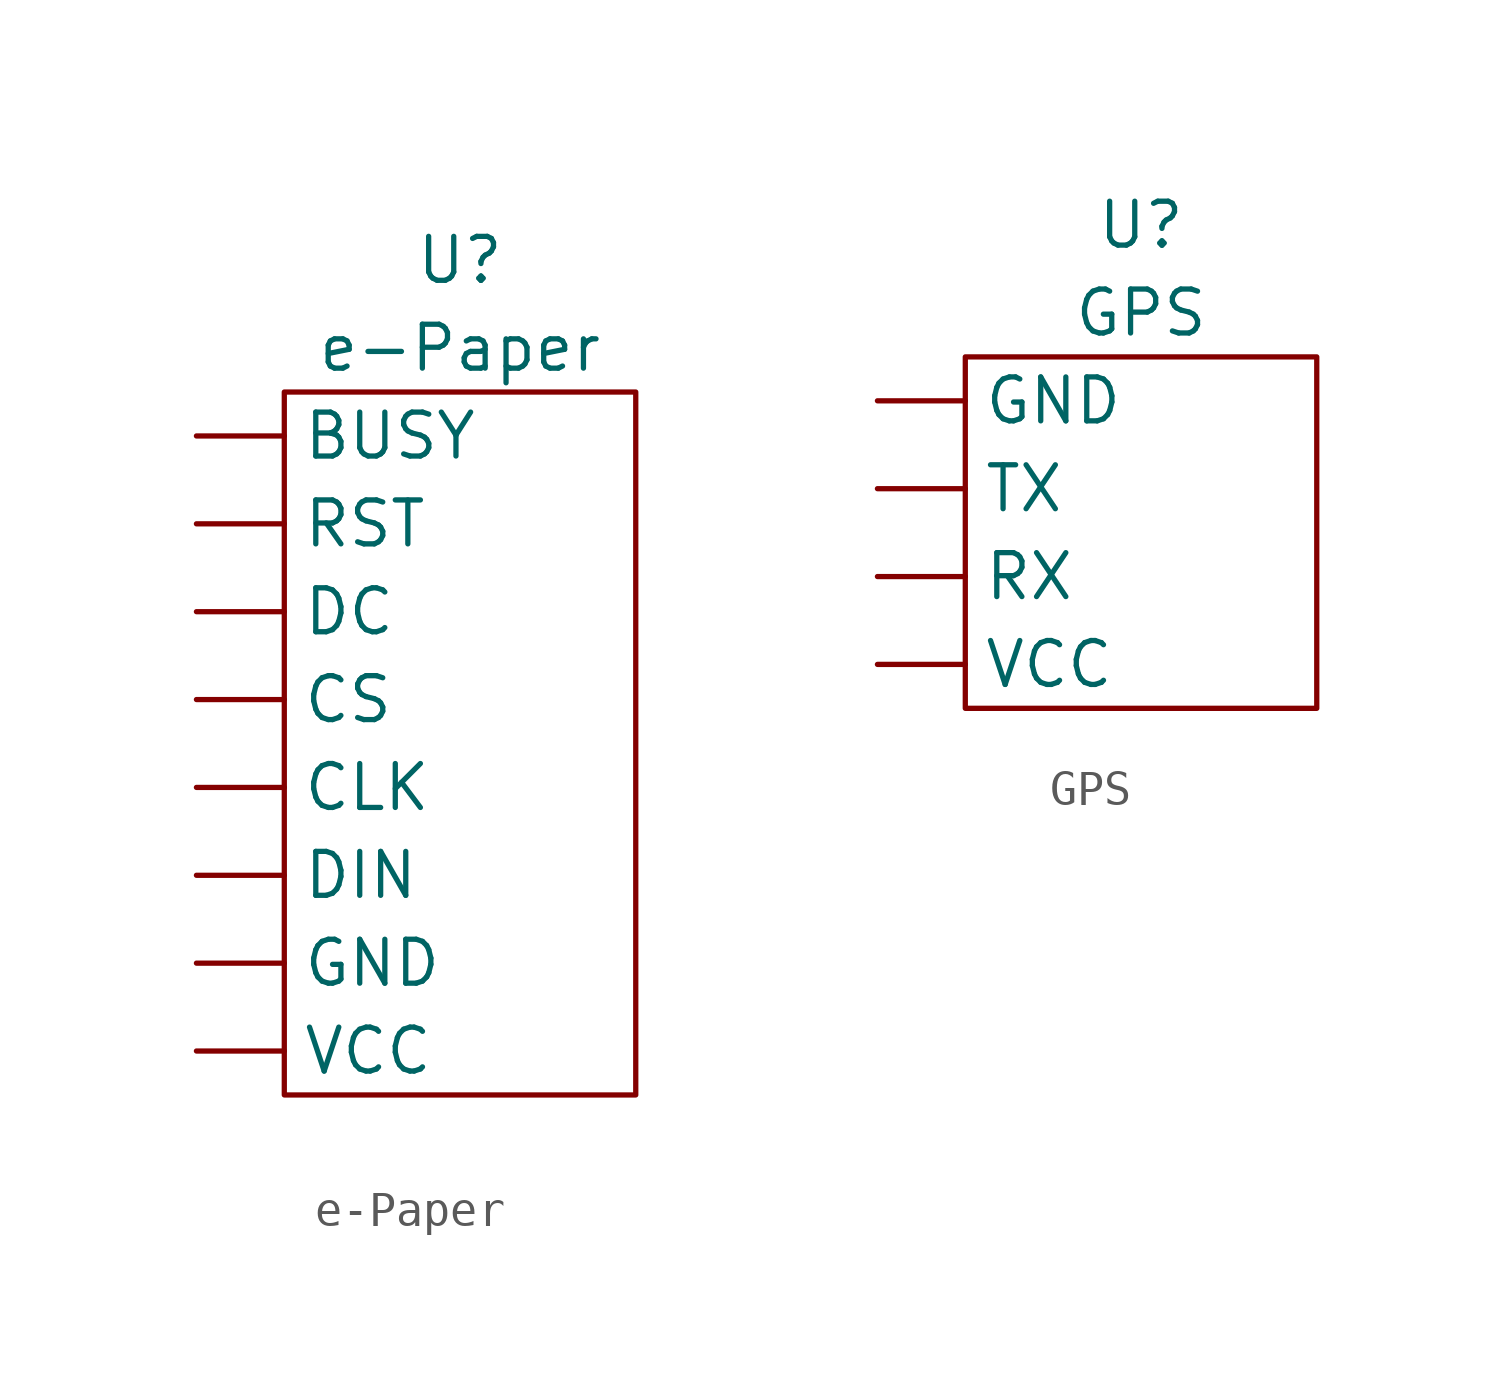
<source format=kicad_sym>
(kicad_symbol_lib
  (version 20220914)
  (generator kicad_symbol_editor)
  (symbol "e-Paper"
    (pin_numbers hide)
    (property "Reference" "U"
      (at 0 13.97 0)
      (effects (font (size 1.27 1.27))))
    (property "Value" "e-Paper"
      (at 0 11.43 0)
      (effects (font (size 1.27 1.27))))
    (symbol "e-Paper_1_1"
      (rectangle (start -5.08 10.16) (end 5.08 -10.16) (stroke (width 0) (type default)) (fill (type none)))
      (pin input line (at -7.62 8.89 0) (length 2.54) (name "BUSY" (effects (font (size 1.27 1.27)))) (number "1" (effects (font (size 1.27 1.27)))))
      (pin input line (at -7.62 6.35 0) (length 2.54) (name "RST" (effects (font (size 1.27 1.27)))) (number "2" (effects (font (size 1.27 1.27)))))
      (pin input line (at -7.62 3.81 0) (length 2.54) (name "DC" (effects (font (size 1.27 1.27)))) (number "3" (effects (font (size 1.27 1.27)))))
      (pin input line (at -7.62 1.27 0) (length 2.54) (name "CS" (effects (font (size 1.27 1.27)))) (number "4" (effects (font (size 1.27 1.27)))))
      (pin input line (at -7.62 -1.27 0) (length 2.54) (name "CLK" (effects (font (size 1.27 1.27)))) (number "5" (effects (font (size 1.27 1.27)))))
      (pin input line (at -7.62 -3.81 0) (length 2.54) (name "DIN" (effects (font (size 1.27 1.27)))) (number "6" (effects (font (size 1.27 1.27)))))
      (pin input line (at -7.62 -6.35 0) (length 2.54) (name "GND" (effects (font (size 1.27 1.27)))) (number "7" (effects (font (size 1.27 1.27)))))
      (pin input line (at -7.62 -8.89 0) (length 2.54) (name "VCC" (effects (font (size 1.27 1.27)))) (number "8" (effects (font (size 1.27 1.27)))))))
  (symbol "GPS"
    (pin_numbers hide)
    (property "Reference" "U"
      (at 0 8.89 0)
      (effects (font (size 1.27 1.27))))
    (property "Value" "GPS"
      (at 0 6.35 0)
      (effects (font (size 1.27 1.27))))
    (symbol "GPS_0_1"
      (rectangle (start -5.08 5.08) (end 5.08 -5.08) (stroke (width 0) (type default)) (fill (type none))))
    (symbol "GPS_1_1"
      (pin input line (at -7.62 3.81 0) (length 2.54) (name "GND" (effects (font (size 1.27 1.27)))) (number "1" (effects (font (size 1.27 1.27)))))
      (pin input line (at -7.62 1.27 0) (length 2.54) (name "TX" (effects (font (size 1.27 1.27)))) (number "2" (effects (font (size 1.27 1.27)))))
      (pin input line (at -7.62 -1.27 0) (length 2.54) (name "RX" (effects (font (size 1.27 1.27)))) (number "3" (effects (font (size 1.27 1.27)))))
      (pin input line (at -7.62 -3.81 0) (length 2.54) (name "VCC" (effects (font (size 1.27 1.27)))) (number "4" (effects (font (size 1.27 1.27))))))))
</source>
